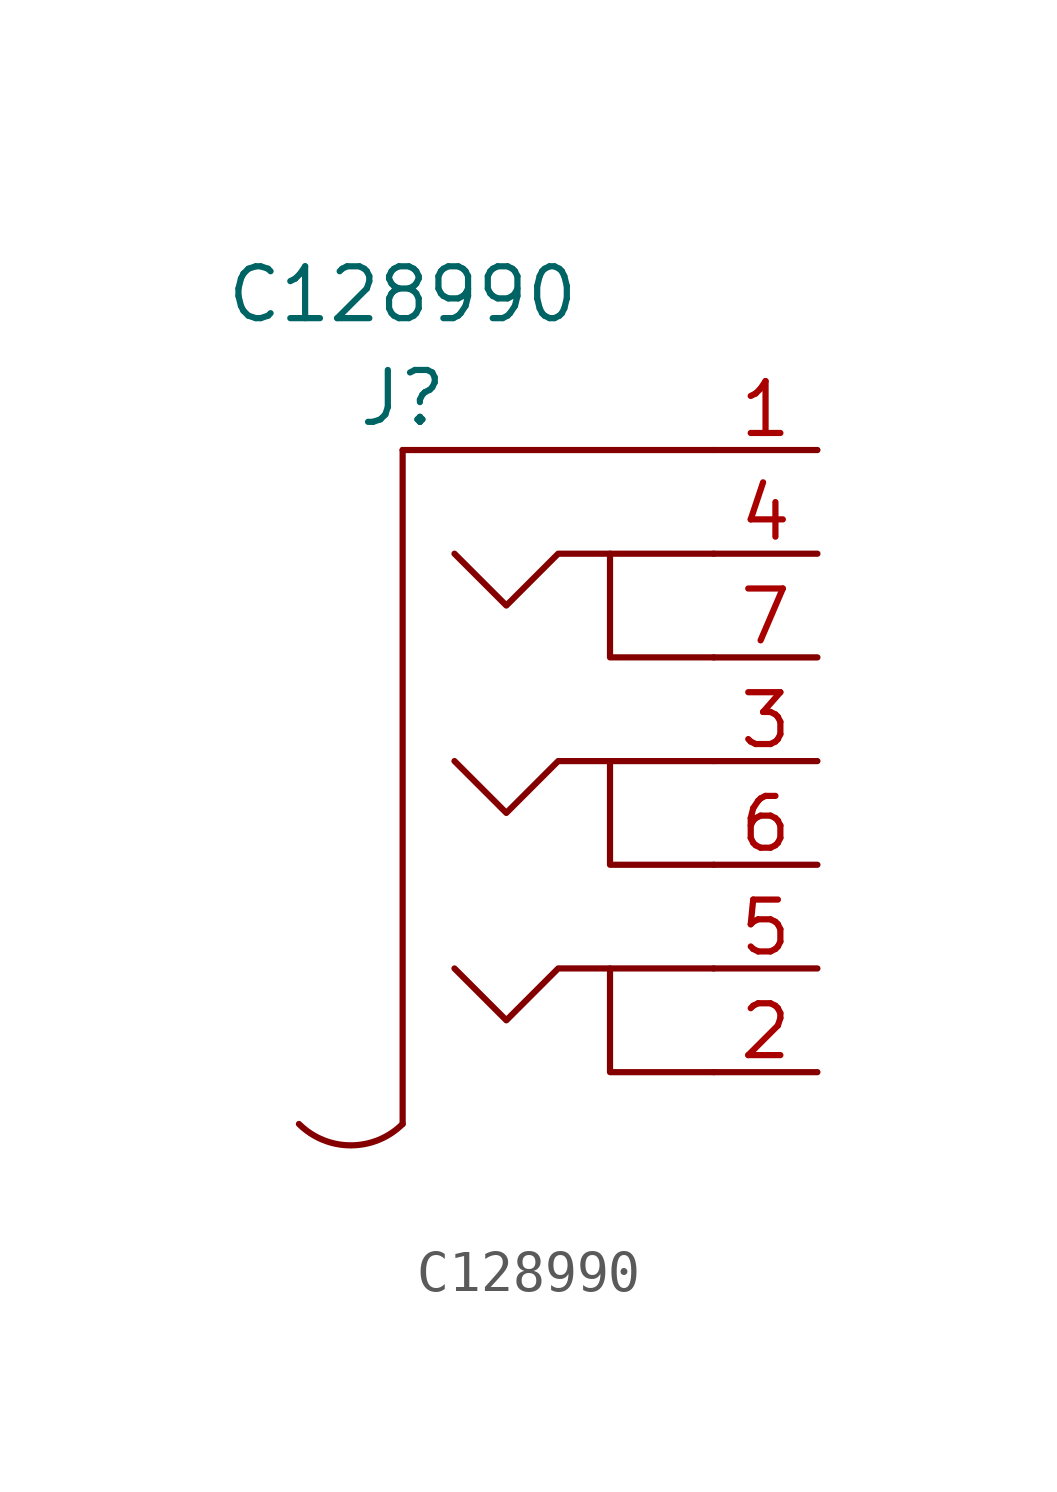
<source format=kicad_sym>
(kicad_symbol_lib
  (version 20211014)
  (generator kicad_symbol_editor)
  (symbol "C128990"
    (property "Reference" "J"
      (at 0 1.27 0)
      (effects (font (size 1.27 1.27))))
    (property "Value" "C128990"
      (at 0 3.81 0)
      (effects (font (size 1.27 1.27))))
    (symbol "C128990_0_1"
      (arc (start -2.54 -16.51) (mid -1.27 -17.0334) (end 0 -16.51) (stroke (width 0.1524) (type default) (color 0 0 0 0)) (fill (type none)))
      (polyline (pts (xy 0 0) (xy 0 -16.51)) (stroke (width 0.152) (type default) (color 0 0 0 0)) (fill (type none)))
      (polyline (pts (xy 7.62 0) (xy 0 0)) (stroke (width 0.152) (type default) (color 0 0 0 0)) (fill (type none)))
      (polyline (pts (xy 7.62 -15.24) (xy 5.08 -15.24) (xy 5.08 -12.7)) (stroke (width 0.152) (type default) (color 0 0 0 0)) (fill (type none)))
      (polyline (pts (xy 7.62 -10.16) (xy 5.08 -10.16) (xy 5.08 -7.62)) (stroke (width 0.152) (type default) (color 0 0 0 0)) (fill (type none)))
      (polyline (pts (xy 7.62 -5.08) (xy 5.08 -5.08) (xy 5.08 -2.54)) (stroke (width 0.152) (type default) (color 0 0 0 0)) (fill (type none)))
      (polyline (pts (xy 7.62 -12.7) (xy 3.81 -12.7) (xy 2.54 -13.97) (xy 1.27 -12.7)) (stroke (width 0.152) (type default) (color 0 0 0 0)) (fill (type none)))
      (polyline (pts (xy 7.62 -7.62) (xy 3.81 -7.62) (xy 2.54 -8.89) (xy 1.27 -7.62)) (stroke (width 0.152) (type default) (color 0 0 0 0)) (fill (type none)))
      (polyline (pts (xy 7.62 -2.54) (xy 3.81 -2.54) (xy 2.54 -3.81) (xy 1.27 -2.54)) (stroke (width 0.152) (type default) (color 0 0 0 0)) (fill (type none))))
    (symbol "C128990_1_1"
      (pin bidirectional line (at 10.16 0 180) (length 2.54) (name "" (effects (font (size 1.27 1.27)))) (number "1" (effects (font (size 1.27 1.27)))))
      (pin bidirectional line (at 10.16 -15.24 180) (length 2.54) (name "" (effects (font (size 1.27 1.27)))) (number "2" (effects (font (size 1.27 1.27)))))
      (pin bidirectional line (at 10.16 -7.62 180) (length 2.54) (name "" (effects (font (size 1.27 1.27)))) (number "3" (effects (font (size 1.27 1.27)))))
      (pin bidirectional line (at 10.16 -2.54 180) (length 2.54) (name "" (effects (font (size 1.27 1.27)))) (number "4" (effects (font (size 1.27 1.27)))))
      (pin bidirectional line (at 10.16 -12.7 180) (length 2.54) (name "" (effects (font (size 1.27 1.27)))) (number "5" (effects (font (size 1.27 1.27)))))
      (pin bidirectional line (at 10.16 -10.16 180) (length 2.54) (name "" (effects (font (size 1.27 1.27)))) (number "6" (effects (font (size 1.27 1.27)))))
      (pin bidirectional line (at 10.16 -5.08 180) (length 2.54) (name "" (effects (font (size 1.27 1.27)))) (number "7" (effects (font (size 1.27 1.27))))))))
</source>
